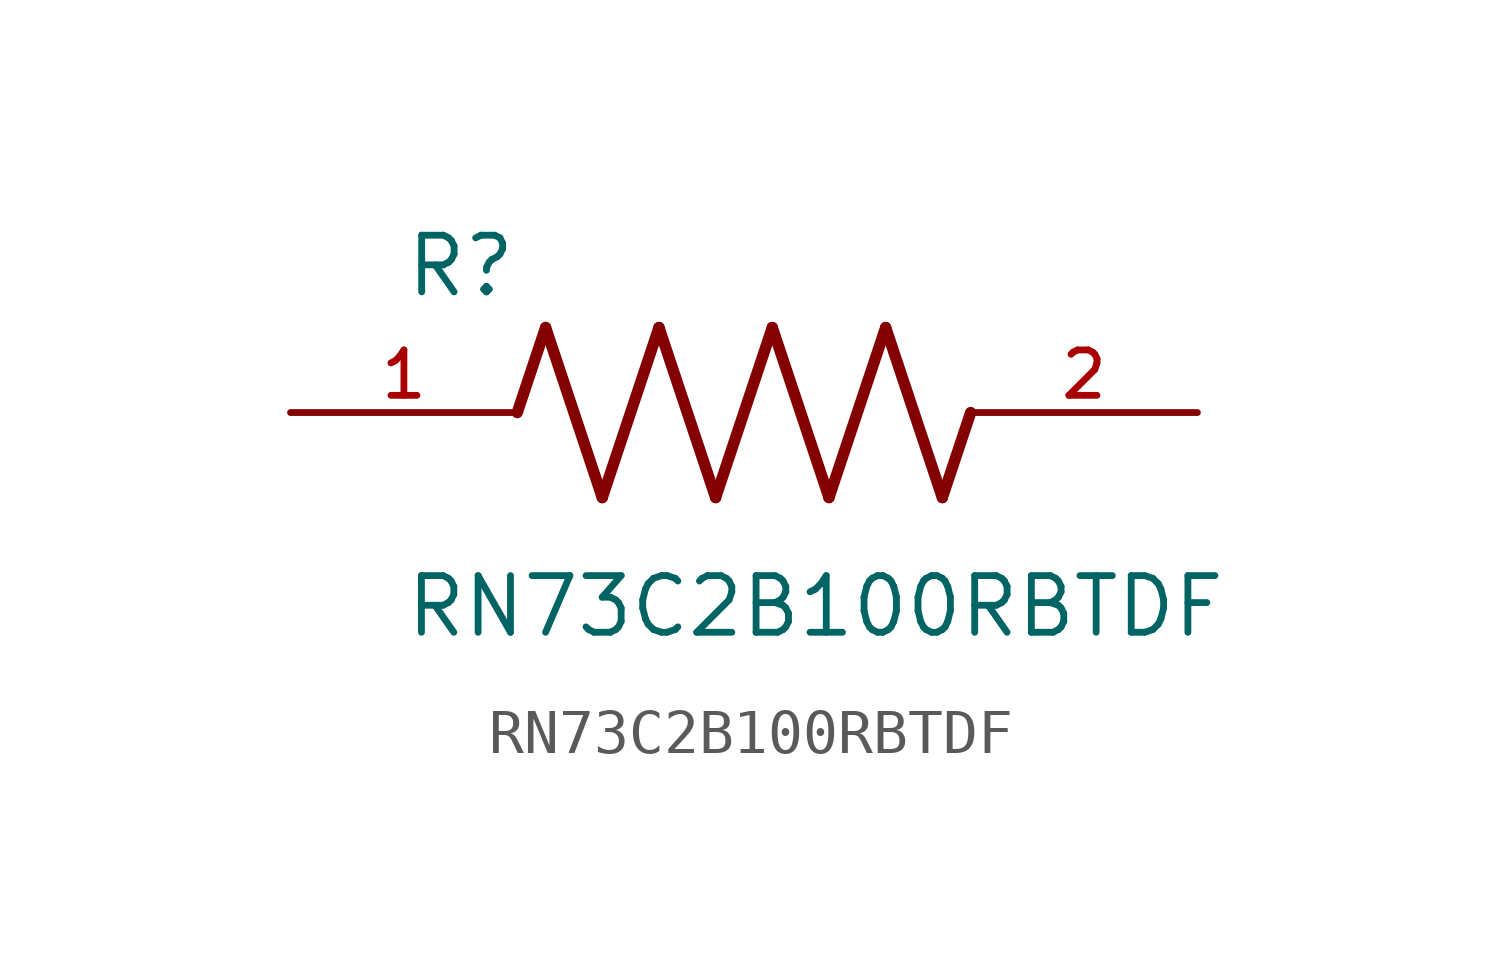
<source format=kicad_sym>
(kicad_symbol_lib
  (version 20211014)
  (generator kicad_symbol_editor)
  (symbol "RN73C2B100RBTDF"
    (pin_names
      (offset 1.016))
    (property "Reference" "R"
      (at -7.624 2.541 0)
      (effects (font (size 1.27 1.27)) (justify bottom left)))
    (property "Value" "RN73C2B100RBTDF"
      (at -7.63 -5.087 0)
      (effects (font (size 1.27 1.27)) (justify bottom left)))
    (symbol "RN73C2B100RBTDF_0_0"
      (polyline (pts (xy -5.08 0.0) (xy -4.445 1.905)) (stroke (width 0.254)))
      (polyline (pts (xy -4.445 1.905) (xy -3.175 -1.905)) (stroke (width 0.254)))
      (polyline (pts (xy -3.175 -1.905) (xy -1.905 1.905)) (stroke (width 0.254)))
      (polyline (pts (xy -1.905 1.905) (xy -0.635 -1.905)) (stroke (width 0.254)))
      (polyline (pts (xy -0.635 -1.905) (xy 0.635 1.905)) (stroke (width 0.254)))
      (polyline (pts (xy 0.635 1.905) (xy 1.905 -1.905)) (stroke (width 0.254)))
      (polyline (pts (xy 1.905 -1.905) (xy 3.175 1.905)) (stroke (width 0.254)))
      (polyline (pts (xy 3.175 1.905) (xy 4.445 -1.905)) (stroke (width 0.254)))
      (polyline (pts (xy 4.445 -1.905) (xy 5.08 0.0)) (stroke (width 0.254)))
      (pin passive line (at -10.16 0.0 0) (length 5.08) (name "~" (effects (font (size 1.016 1.016)))) (number "1" (effects (font (size 1.016 1.016)))))
      (pin passive line (at 10.16 0.0 180.0) (length 5.08) (name "~" (effects (font (size 1.016 1.016)))) (number "2" (effects (font (size 1.016 1.016))))))))
</source>
